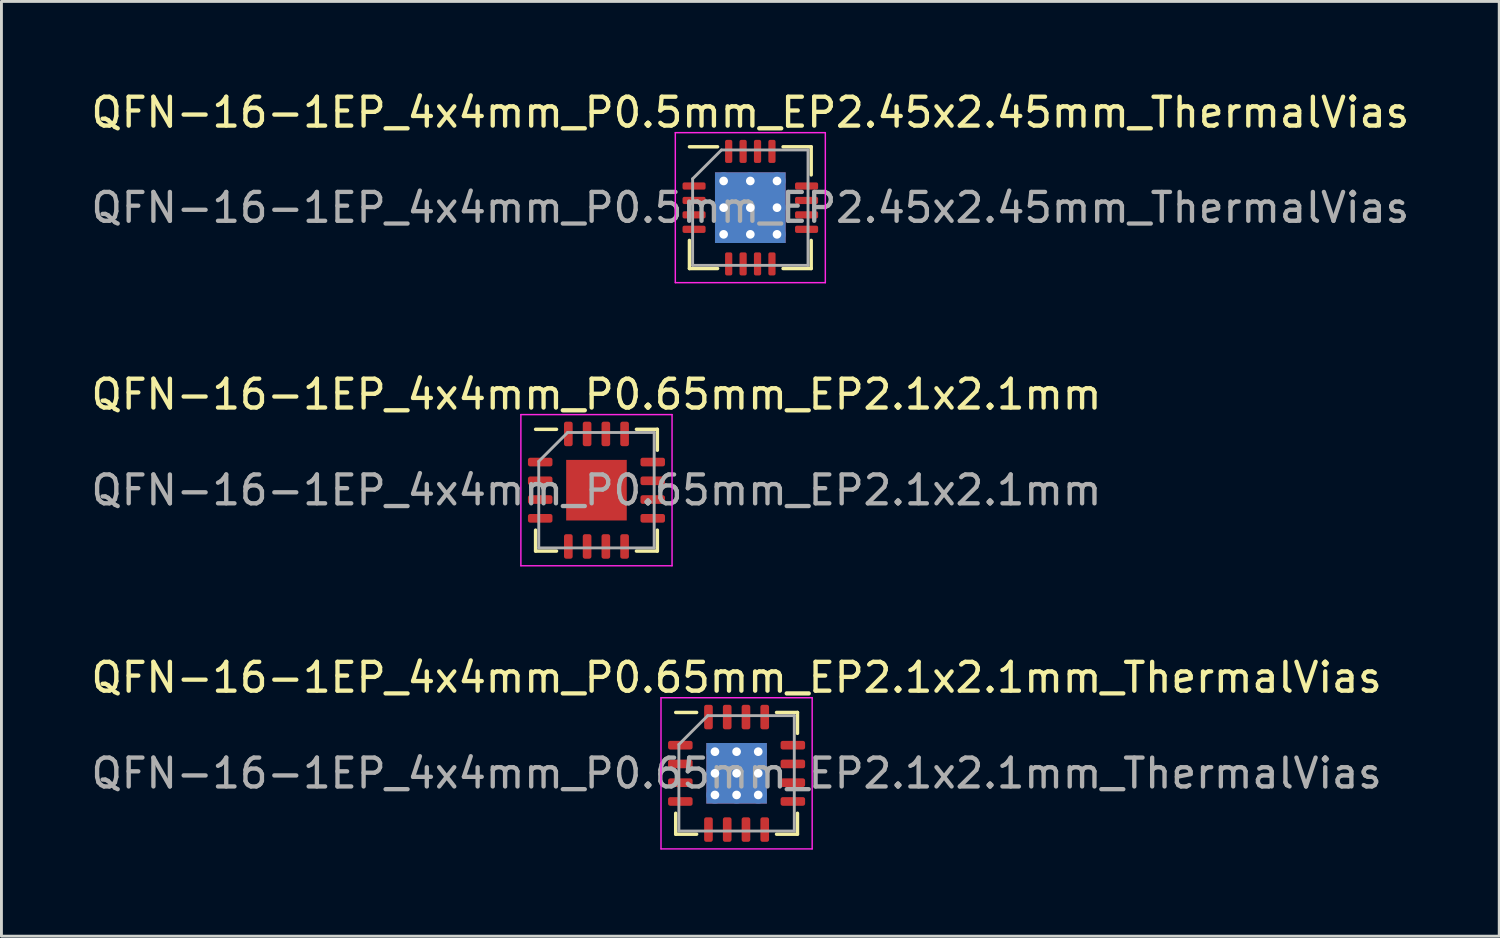
<source format=kicad_pcb>
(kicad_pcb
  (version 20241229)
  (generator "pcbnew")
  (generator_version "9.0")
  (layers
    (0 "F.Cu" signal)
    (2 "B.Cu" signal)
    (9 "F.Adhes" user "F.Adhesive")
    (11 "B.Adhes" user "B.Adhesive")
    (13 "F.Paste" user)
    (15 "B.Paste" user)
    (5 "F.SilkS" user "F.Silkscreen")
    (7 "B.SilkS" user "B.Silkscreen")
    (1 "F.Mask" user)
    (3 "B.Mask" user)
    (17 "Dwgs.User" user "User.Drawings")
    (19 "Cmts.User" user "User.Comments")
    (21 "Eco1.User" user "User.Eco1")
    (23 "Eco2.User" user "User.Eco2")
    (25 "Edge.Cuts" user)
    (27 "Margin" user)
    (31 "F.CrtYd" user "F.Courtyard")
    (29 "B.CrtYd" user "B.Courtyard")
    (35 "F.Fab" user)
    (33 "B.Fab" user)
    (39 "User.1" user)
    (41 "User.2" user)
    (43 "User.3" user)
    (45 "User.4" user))
  (footprint "QFN-16-1EP_4x4mm_P0.5mm_EP2.45x2.45mm_ThermalVias"
    (layer "F.Cu")
    (at 22.958 4.148)
    (property "Reference" "QFN-16-1EP_4x4mm_P0.5mm_EP2.45x2.45mm_ThermalVias" (at 0 -3.3 0) (layer "F.SilkS") (effects (font (size 1 1) (thickness 0.15))))
    (attr smd)
    (fp_line (start -2.11 2.11) (end -2.11 1.135) (stroke (width 0.12) (type solid)) (layer "F.SilkS"))
    (fp_line (start -1.135 -2.11) (end -2.11 -2.11) (stroke (width 0.12) (type solid)) (layer "F.SilkS"))
    (fp_line (start -1.135 2.11) (end -2.11 2.11) (stroke (width 0.12) (type solid)) (layer "F.SilkS"))
    (fp_line (start 1.135 -2.11) (end 2.11 -2.11) (stroke (width 0.12) (type solid)) (layer "F.SilkS"))
    (fp_line (start 1.135 2.11) (end 2.11 2.11) (stroke (width 0.12) (type solid)) (layer "F.SilkS"))
    (fp_line (start 2.11 -2.11) (end 2.11 -1.135) (stroke (width 0.12) (type solid)) (layer "F.SilkS"))
    (fp_line (start 2.11 2.11) (end 2.11 1.135) (stroke (width 0.12) (type solid)) (layer "F.SilkS"))
    (fp_line (start -2.6 -2.6) (end -2.6 2.6) (stroke (width 0.05) (type solid)) (layer "F.CrtYd"))
    (fp_line (start -2.6 2.6) (end 2.6 2.6) (stroke (width 0.05) (type solid)) (layer "F.CrtYd"))
    (fp_line (start 2.6 -2.6) (end -2.6 -2.6) (stroke (width 0.05) (type solid)) (layer "F.CrtYd"))
    (fp_line (start 2.6 2.6) (end 2.6 -2.6) (stroke (width 0.05) (type solid)) (layer "F.CrtYd"))
    (fp_line (start -2 -1) (end -1 -2) (stroke (width 0.1) (type solid)) (layer "F.Fab"))
    (fp_line (start -2 2) (end -2 -1) (stroke (width 0.1) (type solid)) (layer "F.Fab"))
    (fp_line (start -1 -2) (end 2 -2) (stroke (width 0.1) (type solid)) (layer "F.Fab"))
    (fp_line (start 2 -2) (end 2 2) (stroke (width 0.1) (type solid)) (layer "F.Fab"))
    (fp_line (start 2 2) (end -2 2) (stroke (width 0.1) (type solid)) (layer "F.Fab"))
    (fp_text user "${REFERENCE}" (at 0 0 0) (layer "F.Fab") (effects (font (size 1 1) (thickness 0.15))))
    (pad "" smd roundrect (at -0.61 -0.61) (size 1.06 1.06) (layers "F.Paste") (roundrect_rratio 0.236))
    (pad "" smd roundrect (at -0.61 0.61) (size 1.06 1.06) (layers "F.Paste") (roundrect_rratio 0.236))
    (pad "" smd roundrect (at 0.61 -0.61) (size 1.06 1.06) (layers "F.Paste") (roundrect_rratio 0.236))
    (pad "" smd roundrect (at 0.61 0.61) (size 1.06 1.06) (layers "F.Paste") (roundrect_rratio 0.236))
    (pad "1" smd roundrect (at -1.95 -0.75) (size 0.8 0.25) (layers "F.Cu" "F.Mask" "F.Paste") (roundrect_rratio 0.25))
    (pad "2" smd roundrect (at -1.95 -0.25) (size 0.8 0.25) (layers "F.Cu" "F.Mask" "F.Paste") (roundrect_rratio 0.25))
    (pad "3" smd roundrect (at -1.95 0.25) (size 0.8 0.25) (layers "F.Cu" "F.Mask" "F.Paste") (roundrect_rratio 0.25))
    (pad "4" smd roundrect (at -1.95 0.75) (size 0.8 0.25) (layers "F.Cu" "F.Mask" "F.Paste") (roundrect_rratio 0.25))
    (pad "5" smd roundrect (at -0.75 1.95) (size 0.25 0.8) (layers "F.Cu" "F.Mask" "F.Paste") (roundrect_rratio 0.25))
    (pad "6" smd roundrect (at -0.25 1.95) (size 0.25 0.8) (layers "F.Cu" "F.Mask" "F.Paste") (roundrect_rratio 0.25))
    (pad "7" smd roundrect (at 0.25 1.95) (size 0.25 0.8) (layers "F.Cu" "F.Mask" "F.Paste") (roundrect_rratio 0.25))
    (pad "8" smd roundrect (at 0.75 1.95) (size 0.25 0.8) (layers "F.Cu" "F.Mask" "F.Paste") (roundrect_rratio 0.25))
    (pad "9" smd roundrect (at 1.95 0.75) (size 0.8 0.25) (layers "F.Cu" "F.Mask" "F.Paste") (roundrect_rratio 0.25))
    (pad "10" smd roundrect (at 1.95 0.25) (size 0.8 0.25) (layers "F.Cu" "F.Mask" "F.Paste") (roundrect_rratio 0.25))
    (pad "11" smd roundrect (at 1.95 -0.25) (size 0.8 0.25) (layers "F.Cu" "F.Mask" "F.Paste") (roundrect_rratio 0.25))
    (pad "12" smd roundrect (at 1.95 -0.75) (size 0.8 0.25) (layers "F.Cu" "F.Mask" "F.Paste") (roundrect_rratio 0.25))
    (pad "13" smd roundrect (at 0.75 -1.95) (size 0.25 0.8) (layers "F.Cu" "F.Mask" "F.Paste") (roundrect_rratio 0.25))
    (pad "14" smd roundrect (at 0.25 -1.95) (size 0.25 0.8) (layers "F.Cu" "F.Mask" "F.Paste") (roundrect_rratio 0.25))
    (pad "15" smd roundrect (at -0.25 -1.95) (size 0.25 0.8) (layers "F.Cu" "F.Mask" "F.Paste") (roundrect_rratio 0.25))
    (pad "16" smd roundrect (at -0.75 -1.95) (size 0.25 0.8) (layers "F.Cu" "F.Mask" "F.Paste") (roundrect_rratio 0.25))
    (pad "17" thru_hole circle (at -0.925 -0.925) (size 0.6 0.6) (drill 0.3) (layers "*.Cu"))
    (pad "17" thru_hole circle (at -0.925 0) (size 0.6 0.6) (drill 0.3) (layers "*.Cu"))
    (pad "17" thru_hole circle (at -0.925 0.925) (size 0.6 0.6) (drill 0.3) (layers "*.Cu"))
    (pad "17" thru_hole circle (at 0 -0.925) (size 0.6 0.6) (drill 0.3) (layers "*.Cu"))
    (pad "17" thru_hole circle (at 0 0) (size 0.6 0.6) (drill 0.3) (layers "*.Cu"))
    (pad "17" smd rect (at 0 0) (size 2.45 2.45) (layers "F.Cu" "F.Mask"))
    (pad "17" smd rect (at 0 0) (size 2.45 2.45) (layers "B.Cu"))
    (pad "17" thru_hole circle (at 0 0.925) (size 0.6 0.6) (drill 0.3) (layers "*.Cu"))
    (pad "17" thru_hole circle (at 0.925 -0.925) (size 0.6 0.6) (drill 0.3) (layers "*.Cu"))
    (pad "17" thru_hole circle (at 0.925 0) (size 0.6 0.6) (drill 0.3) (layers "*.Cu"))
    (pad "17" thru_hole circle (at 0.925 0.925) (size 0.6 0.6) (drill 0.3) (layers "*.Cu")))
  (footprint "QFN-16-1EP_4x4mm_P0.65mm_EP2.1x2.1mm"
    (layer "F.Cu")
    (at 17.625 13.941)
    (property "Reference" "QFN-16-1EP_4x4mm_P0.65mm_EP2.1x2.1mm" (at 0 -3.32 0) (layer "F.SilkS") (effects (font (size 1 1) (thickness 0.15))))
    (attr smd)
    (fp_line (start -2.11 2.11) (end -2.11 1.385) (stroke (width 0.12) (type solid)) (layer "F.SilkS"))
    (fp_line (start -1.385 -2.11) (end -2.11 -2.11) (stroke (width 0.12) (type solid)) (layer "F.SilkS"))
    (fp_line (start -1.385 2.11) (end -2.11 2.11) (stroke (width 0.12) (type solid)) (layer "F.SilkS"))
    (fp_line (start 1.385 -2.11) (end 2.11 -2.11) (stroke (width 0.12) (type solid)) (layer "F.SilkS"))
    (fp_line (start 1.385 2.11) (end 2.11 2.11) (stroke (width 0.12) (type solid)) (layer "F.SilkS"))
    (fp_line (start 2.11 -2.11) (end 2.11 -1.385) (stroke (width 0.12) (type solid)) (layer "F.SilkS"))
    (fp_line (start 2.11 2.11) (end 2.11 1.385) (stroke (width 0.12) (type solid)) (layer "F.SilkS"))
    (fp_line (start -2.62 -2.62) (end -2.62 2.62) (stroke (width 0.05) (type solid)) (layer "F.CrtYd"))
    (fp_line (start -2.62 2.62) (end 2.62 2.62) (stroke (width 0.05) (type solid)) (layer "F.CrtYd"))
    (fp_line (start 2.62 -2.62) (end -2.62 -2.62) (stroke (width 0.05) (type solid)) (layer "F.CrtYd"))
    (fp_line (start 2.62 2.62) (end 2.62 -2.62) (stroke (width 0.05) (type solid)) (layer "F.CrtYd"))
    (fp_line (start -2 -1) (end -1 -2) (stroke (width 0.1) (type solid)) (layer "F.Fab"))
    (fp_line (start -2 2) (end -2 -1) (stroke (width 0.1) (type solid)) (layer "F.Fab"))
    (fp_line (start -1 -2) (end 2 -2) (stroke (width 0.1) (type solid)) (layer "F.Fab"))
    (fp_line (start 2 -2) (end 2 2) (stroke (width 0.1) (type solid)) (layer "F.Fab"))
    (fp_line (start 2 2) (end -2 2) (stroke (width 0.1) (type solid)) (layer "F.Fab"))
    (fp_text user "${REFERENCE}" (at 0 0 0) (layer "F.Fab") (effects (font (size 1 1) (thickness 0.15))))
    (pad "" smd roundrect (at -0.525 -0.525) (size 0.85 0.85) (layers "F.Paste") (roundrect_rratio 0.25))
    (pad "" smd roundrect (at -0.525 0.525) (size 0.85 0.85) (layers "F.Paste") (roundrect_rratio 0.25))
    (pad "" smd roundrect (at 0.525 -0.525) (size 0.85 0.85) (layers "F.Paste") (roundrect_rratio 0.25))
    (pad "" smd roundrect (at 0.525 0.525) (size 0.85 0.85) (layers "F.Paste") (roundrect_rratio 0.25))
    (pad "1" smd roundrect (at -1.95 -0.975) (size 0.85 0.3) (layers "F.Cu" "F.Mask" "F.Paste") (roundrect_rratio 0.25))
    (pad "2" smd roundrect (at -1.95 -0.325) (size 0.85 0.3) (layers "F.Cu" "F.Mask" "F.Paste") (roundrect_rratio 0.25))
    (pad "3" smd roundrect (at -1.95 0.325) (size 0.85 0.3) (layers "F.Cu" "F.Mask" "F.Paste") (roundrect_rratio 0.25))
    (pad "4" smd roundrect (at -1.95 0.975) (size 0.85 0.3) (layers "F.Cu" "F.Mask" "F.Paste") (roundrect_rratio 0.25))
    (pad "5" smd roundrect (at -0.975 1.95) (size 0.3 0.85) (layers "F.Cu" "F.Mask" "F.Paste") (roundrect_rratio 0.25))
    (pad "6" smd roundrect (at -0.325 1.95) (size 0.3 0.85) (layers "F.Cu" "F.Mask" "F.Paste") (roundrect_rratio 0.25))
    (pad "7" smd roundrect (at 0.325 1.95) (size 0.3 0.85) (layers "F.Cu" "F.Mask" "F.Paste") (roundrect_rratio 0.25))
    (pad "8" smd roundrect (at 0.975 1.95) (size 0.3 0.85) (layers "F.Cu" "F.Mask" "F.Paste") (roundrect_rratio 0.25))
    (pad "9" smd roundrect (at 1.95 0.975) (size 0.85 0.3) (layers "F.Cu" "F.Mask" "F.Paste") (roundrect_rratio 0.25))
    (pad "10" smd roundrect (at 1.95 0.325) (size 0.85 0.3) (layers "F.Cu" "F.Mask" "F.Paste") (roundrect_rratio 0.25))
    (pad "11" smd roundrect (at 1.95 -0.325) (size 0.85 0.3) (layers "F.Cu" "F.Mask" "F.Paste") (roundrect_rratio 0.25))
    (pad "12" smd roundrect (at 1.95 -0.975) (size 0.85 0.3) (layers "F.Cu" "F.Mask" "F.Paste") (roundrect_rratio 0.25))
    (pad "13" smd roundrect (at 0.975 -1.95) (size 0.3 0.85) (layers "F.Cu" "F.Mask" "F.Paste") (roundrect_rratio 0.25))
    (pad "14" smd roundrect (at 0.325 -1.95) (size 0.3 0.85) (layers "F.Cu" "F.Mask" "F.Paste") (roundrect_rratio 0.25))
    (pad "15" smd roundrect (at -0.325 -1.95) (size 0.3 0.85) (layers "F.Cu" "F.Mask" "F.Paste") (roundrect_rratio 0.25))
    (pad "16" smd roundrect (at -0.975 -1.95) (size 0.3 0.85) (layers "F.Cu" "F.Mask" "F.Paste") (roundrect_rratio 0.25))
    (pad "17" smd rect (at 0 0) (size 2.1 2.1) (layers "F.Cu" "F.Mask")))
  (footprint "QFN-16-1EP_4x4mm_P0.65mm_EP2.1x2.1mm_ThermalVias"
    (layer "F.Cu")
    (at 22.482 23.755)
    (property "Reference" "QFN-16-1EP_4x4mm_P0.65mm_EP2.1x2.1mm_ThermalVias" (at 0 -3.32 0) (layer "F.SilkS") (effects (font (size 1 1) (thickness 0.15))))
    (attr smd)
    (fp_line (start -2.11 2.11) (end -2.11 1.385) (stroke (width 0.12) (type solid)) (layer "F.SilkS"))
    (fp_line (start -1.385 -2.11) (end -2.11 -2.11) (stroke (width 0.12) (type solid)) (layer "F.SilkS"))
    (fp_line (start -1.385 2.11) (end -2.11 2.11) (stroke (width 0.12) (type solid)) (layer "F.SilkS"))
    (fp_line (start 1.385 -2.11) (end 2.11 -2.11) (stroke (width 0.12) (type solid)) (layer "F.SilkS"))
    (fp_line (start 1.385 2.11) (end 2.11 2.11) (stroke (width 0.12) (type solid)) (layer "F.SilkS"))
    (fp_line (start 2.11 -2.11) (end 2.11 -1.385) (stroke (width 0.12) (type solid)) (layer "F.SilkS"))
    (fp_line (start 2.11 2.11) (end 2.11 1.385) (stroke (width 0.12) (type solid)) (layer "F.SilkS"))
    (fp_line (start -2.62 -2.62) (end -2.62 2.62) (stroke (width 0.05) (type solid)) (layer "F.CrtYd"))
    (fp_line (start -2.62 2.62) (end 2.62 2.62) (stroke (width 0.05) (type solid)) (layer "F.CrtYd"))
    (fp_line (start 2.62 -2.62) (end -2.62 -2.62) (stroke (width 0.05) (type solid)) (layer "F.CrtYd"))
    (fp_line (start 2.62 2.62) (end 2.62 -2.62) (stroke (width 0.05) (type solid)) (layer "F.CrtYd"))
    (fp_line (start -2 -1) (end -1 -2) (stroke (width 0.1) (type solid)) (layer "F.Fab"))
    (fp_line (start -2 2) (end -2 -1) (stroke (width 0.1) (type solid)) (layer "F.Fab"))
    (fp_line (start -1 -2) (end 2 -2) (stroke (width 0.1) (type solid)) (layer "F.Fab"))
    (fp_line (start 2 -2) (end 2 2) (stroke (width 0.1) (type solid)) (layer "F.Fab"))
    (fp_line (start 2 2) (end -2 2) (stroke (width 0.1) (type solid)) (layer "F.Fab"))
    (fp_text user "${REFERENCE}" (at 0 0 0) (layer "F.Fab") (effects (font (size 1 1) (thickness 0.15))))
    (pad "" smd roundrect (at -0.525 -0.525) (size 0.91 0.91) (layers "F.Paste") (roundrect_rratio 0.25))
    (pad "" smd roundrect (at -0.525 0.525) (size 0.91 0.91) (layers "F.Paste") (roundrect_rratio 0.25))
    (pad "" smd roundrect (at 0.525 -0.525) (size 0.91 0.91) (layers "F.Paste") (roundrect_rratio 0.25))
    (pad "" smd roundrect (at 0.525 0.525) (size 0.91 0.91) (layers "F.Paste") (roundrect_rratio 0.25))
    (pad "1" smd roundrect (at -1.95 -0.975) (size 0.85 0.3) (layers "F.Cu" "F.Mask" "F.Paste") (roundrect_rratio 0.25))
    (pad "2" smd roundrect (at -1.95 -0.325) (size 0.85 0.3) (layers "F.Cu" "F.Mask" "F.Paste") (roundrect_rratio 0.25))
    (pad "3" smd roundrect (at -1.95 0.325) (size 0.85 0.3) (layers "F.Cu" "F.Mask" "F.Paste") (roundrect_rratio 0.25))
    (pad "4" smd roundrect (at -1.95 0.975) (size 0.85 0.3) (layers "F.Cu" "F.Mask" "F.Paste") (roundrect_rratio 0.25))
    (pad "5" smd roundrect (at -0.975 1.95) (size 0.3 0.85) (layers "F.Cu" "F.Mask" "F.Paste") (roundrect_rratio 0.25))
    (pad "6" smd roundrect (at -0.325 1.95) (size 0.3 0.85) (layers "F.Cu" "F.Mask" "F.Paste") (roundrect_rratio 0.25))
    (pad "7" smd roundrect (at 0.325 1.95) (size 0.3 0.85) (layers "F.Cu" "F.Mask" "F.Paste") (roundrect_rratio 0.25))
    (pad "8" smd roundrect (at 0.975 1.95) (size 0.3 0.85) (layers "F.Cu" "F.Mask" "F.Paste") (roundrect_rratio 0.25))
    (pad "9" smd roundrect (at 1.95 0.975) (size 0.85 0.3) (layers "F.Cu" "F.Mask" "F.Paste") (roundrect_rratio 0.25))
    (pad "10" smd roundrect (at 1.95 0.325) (size 0.85 0.3) (layers "F.Cu" "F.Mask" "F.Paste") (roundrect_rratio 0.25))
    (pad "11" smd roundrect (at 1.95 -0.325) (size 0.85 0.3) (layers "F.Cu" "F.Mask" "F.Paste") (roundrect_rratio 0.25))
    (pad "12" smd roundrect (at 1.95 -0.975) (size 0.85 0.3) (layers "F.Cu" "F.Mask" "F.Paste") (roundrect_rratio 0.25))
    (pad "13" smd roundrect (at 0.975 -1.95) (size 0.3 0.85) (layers "F.Cu" "F.Mask" "F.Paste") (roundrect_rratio 0.25))
    (pad "14" smd roundrect (at 0.325 -1.95) (size 0.3 0.85) (layers "F.Cu" "F.Mask" "F.Paste") (roundrect_rratio 0.25))
    (pad "15" smd roundrect (at -0.325 -1.95) (size 0.3 0.85) (layers "F.Cu" "F.Mask" "F.Paste") (roundrect_rratio 0.25))
    (pad "16" smd roundrect (at -0.975 -1.95) (size 0.3 0.85) (layers "F.Cu" "F.Mask" "F.Paste") (roundrect_rratio 0.25))
    (pad "17" thru_hole circle (at -0.75 -0.75) (size 0.6 0.6) (drill 0.3) (layers "*.Cu"))
    (pad "17" thru_hole circle (at -0.75 0) (size 0.6 0.6) (drill 0.3) (layers "*.Cu"))
    (pad "17" thru_hole circle (at -0.75 0.75) (size 0.6 0.6) (drill 0.3) (layers "*.Cu"))
    (pad "17" thru_hole circle (at 0 -0.75) (size 0.6 0.6) (drill 0.3) (layers "*.Cu"))
    (pad "17" thru_hole circle (at 0 0) (size 0.6 0.6) (drill 0.3) (layers "*.Cu"))
    (pad "17" smd rect (at 0 0) (size 2.1 2.1) (layers "F.Cu" "F.Mask"))
    (pad "17" smd rect (at 0 0) (size 2.1 2.1) (layers "B.Cu"))
    (pad "17" thru_hole circle (at 0 0.75) (size 0.6 0.6) (drill 0.3) (layers "*.Cu"))
    (pad "17" thru_hole circle (at 0.75 -0.75) (size 0.6 0.6) (drill 0.3) (layers "*.Cu"))
    (pad "17" thru_hole circle (at 0.75 0) (size 0.6 0.6) (drill 0.3) (layers "*.Cu"))
    (pad "17" thru_hole circle (at 0.75 0.75) (size 0.6 0.6) (drill 0.3) (layers "*.Cu")))
  (gr_rect
    (start -3 -3)
    (end 48.917 29.4)
    (stroke (width 0.1) (type default))
    (fill no)
    (layer "Edge.Cuts")))
</source>
